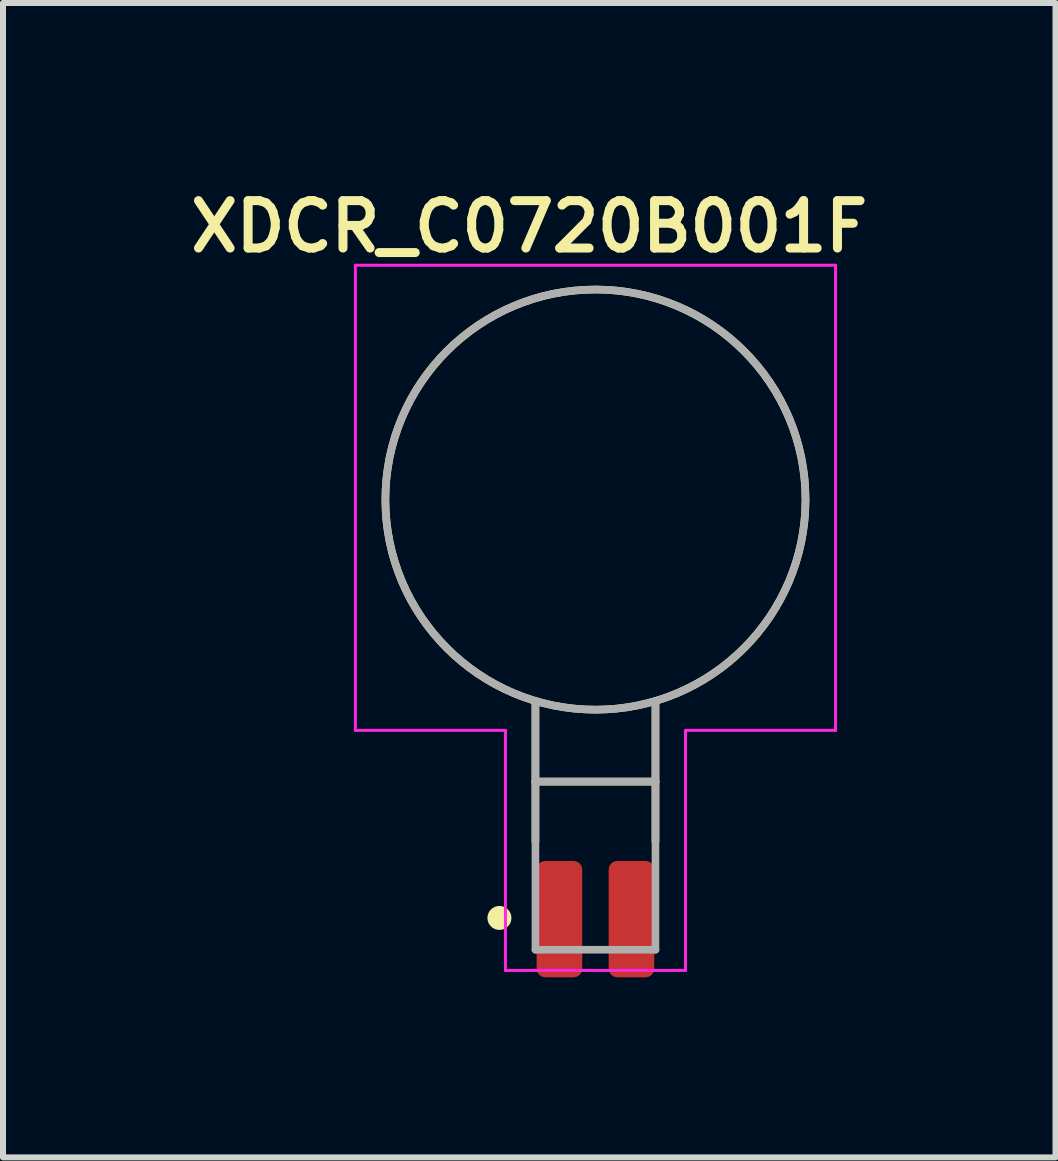
<source format=kicad_pcb>
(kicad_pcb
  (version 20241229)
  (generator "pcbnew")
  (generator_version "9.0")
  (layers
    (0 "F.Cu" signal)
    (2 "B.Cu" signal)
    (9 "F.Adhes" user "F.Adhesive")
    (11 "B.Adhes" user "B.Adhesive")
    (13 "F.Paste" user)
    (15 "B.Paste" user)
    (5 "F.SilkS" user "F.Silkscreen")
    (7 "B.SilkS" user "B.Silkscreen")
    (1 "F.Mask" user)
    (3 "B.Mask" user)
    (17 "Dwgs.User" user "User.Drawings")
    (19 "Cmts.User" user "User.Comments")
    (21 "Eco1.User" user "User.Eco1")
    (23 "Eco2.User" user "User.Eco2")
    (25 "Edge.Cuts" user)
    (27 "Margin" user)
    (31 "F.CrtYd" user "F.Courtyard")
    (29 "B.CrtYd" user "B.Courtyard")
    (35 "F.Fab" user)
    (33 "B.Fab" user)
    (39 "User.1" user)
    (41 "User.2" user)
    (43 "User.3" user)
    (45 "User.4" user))
  (footprint "XDCR_C0720B001F"
    (layer "F.Cu")
    (at 6.871 7.244)
    (property "Reference" "XDCR_C0720B001F" (at -1.103 -6.519 0) (layer "F.SilkS") (effects (font (size 0.79 0.79) (thickness 0.15))))
    (attr smd)
    (fp_line (start -1 2.73) (end -1 1.425) (stroke (width 0.127) (type solid)) (layer "F.SilkS"))
    (fp_line (start -1 2.73) (end 1 2.73) (stroke (width 0.127) (type solid)) (layer "F.SilkS"))
    (fp_line (start -1 3.725) (end -1 2.73) (stroke (width 0.127) (type solid)) (layer "F.SilkS"))
    (fp_line (start 1 2.73) (end 1 1.425) (stroke (width 0.127) (type solid)) (layer "F.SilkS"))
    (fp_line (start 1 3.725) (end 1 2.73) (stroke (width 0.127) (type solid)) (layer "F.SilkS"))
    (fp_circle (center -1.6 5) (end -1.5 5) (stroke (width 0.2) (type solid)) (fill no) (layer "F.SilkS"))
    (fp_circle (center 0 -1.97) (end 3.5 -1.97) (stroke (width 0.127) (type solid)) (fill no) (layer "F.SilkS"))
    (fp_line (start -4 -5.875) (end 4 -5.875) (stroke (width 0.05) (type solid)) (layer "F.CrtYd"))
    (fp_line (start -4 1.875) (end -4 -5.875) (stroke (width 0.05) (type solid)) (layer "F.CrtYd"))
    (fp_line (start -1.5 1.875) (end -4 1.875) (stroke (width 0.05) (type solid)) (layer "F.CrtYd"))
    (fp_line (start -1.5 5.875) (end -1.5 1.875) (stroke (width 0.05) (type solid)) (layer "F.CrtYd"))
    (fp_line (start 1.5 1.875) (end 1.5 5.875) (stroke (width 0.05) (type solid)) (layer "F.CrtYd"))
    (fp_line (start 1.5 5.875) (end -1.5 5.875) (stroke (width 0.05) (type solid)) (layer "F.CrtYd"))
    (fp_line (start 4 -5.875) (end 4 1.875) (stroke (width 0.05) (type solid)) (layer "F.CrtYd"))
    (fp_line (start 4 1.875) (end 1.5 1.875) (stroke (width 0.05) (type solid)) (layer "F.CrtYd"))
    (fp_line (start -1 2.725) (end 1 2.725) (stroke (width 0.127) (type solid)) (layer "F.Fab"))
    (fp_line (start -1 5.53) (end -1 1.425) (stroke (width 0.127) (type solid)) (layer "F.Fab"))
    (fp_line (start 1 2.725) (end 1 1.425) (stroke (width 0.127) (type solid)) (layer "F.Fab"))
    (fp_line (start 1 2.73) (end 1 5.53) (stroke (width 0.127) (type solid)) (layer "F.Fab"))
    (fp_line (start 1 5.53) (end -1 5.53) (stroke (width 0.127) (type solid)) (layer "F.Fab"))
    (fp_circle (center 0 -1.97) (end 3.5 -1.97) (stroke (width 0.127) (type solid)) (fill no) (layer "F.Fab"))
    (pad "1" smd roundrect (at -0.6 5.02 270) (size 1.94 0.76) (layers "F.Cu" "F.Mask" "F.Paste") (roundrect_rratio 0.19))
    (pad "2" smd roundrect (at 0.6 5.02 270) (size 1.94 0.76) (layers "F.Cu" "F.Mask" "F.Paste") (roundrect_rratio 0.19)))
  (gr_rect
    (start -3 -3)
    (end 14.536 16.234)
    (stroke (width 0.1) (type default))
    (fill no)
    (layer "Edge.Cuts")))
</source>
